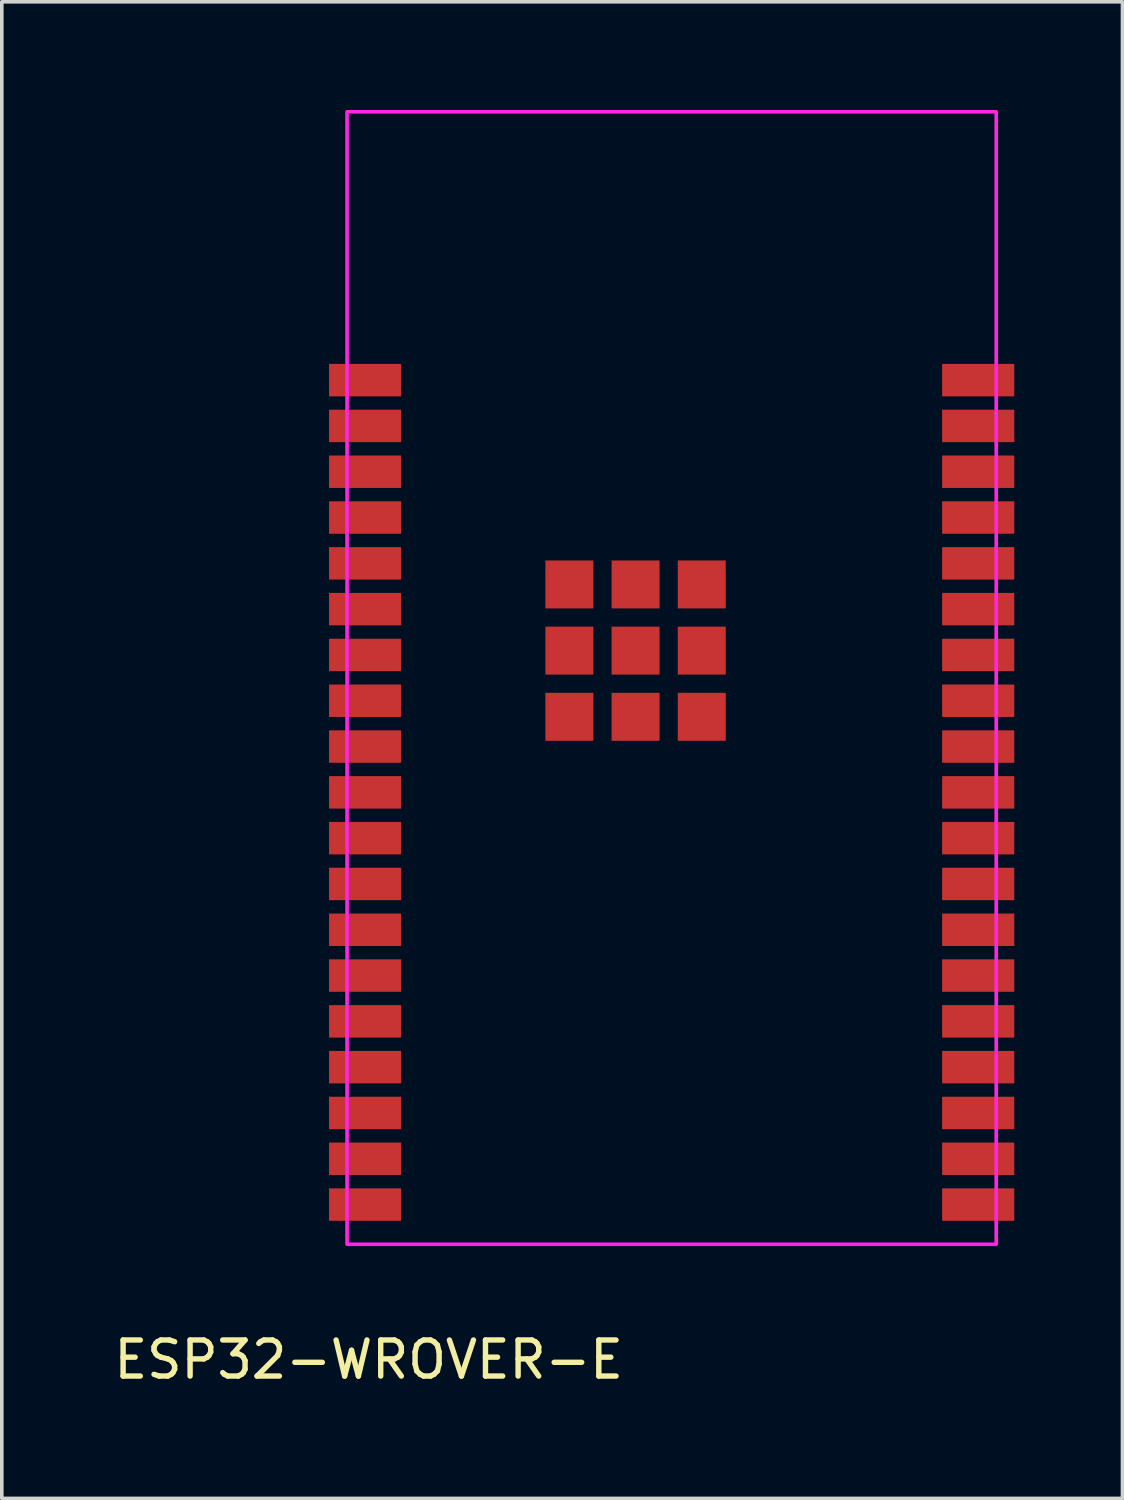
<source format=kicad_pcb>
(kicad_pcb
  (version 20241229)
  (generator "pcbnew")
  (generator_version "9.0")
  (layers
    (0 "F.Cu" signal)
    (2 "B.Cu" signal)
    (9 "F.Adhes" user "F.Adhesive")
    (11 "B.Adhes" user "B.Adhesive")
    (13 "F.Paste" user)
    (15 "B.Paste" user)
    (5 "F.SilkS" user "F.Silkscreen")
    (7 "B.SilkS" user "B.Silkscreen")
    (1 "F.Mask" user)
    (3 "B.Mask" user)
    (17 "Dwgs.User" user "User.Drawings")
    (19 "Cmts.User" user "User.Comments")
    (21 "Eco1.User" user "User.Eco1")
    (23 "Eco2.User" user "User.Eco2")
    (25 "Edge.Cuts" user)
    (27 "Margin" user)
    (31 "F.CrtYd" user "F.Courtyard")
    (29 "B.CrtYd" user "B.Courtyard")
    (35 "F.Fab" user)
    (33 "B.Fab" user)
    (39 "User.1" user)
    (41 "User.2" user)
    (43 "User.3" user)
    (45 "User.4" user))
  (footprint "ESP32-WROVER-E"
    (layer "F.Cu")
    (at 6.573 31.45)
    (property "Reference" "ESP32-WROVER-E" (at 0.6 3.2 0) (layer "F.SilkS") (effects (font (size 1 1) (thickness 0.15))))
    (attr through_hole)
    (fp_poly (pts (xy 18 0) (xy 0 0) (xy 0 -31.4) (xy 18 -31.4)) (stroke (width 0.1) (type solid)) (fill no) (layer "F.CrtYd"))
    (pad "1" smd rect (at 0.5 -23.96) (size 2 0.9) (layers "F.Cu" "F.Mask" "F.Paste"))
    (pad "2" smd rect (at 0.5 -22.69) (size 2 0.9) (layers "F.Cu" "F.Mask" "F.Paste"))
    (pad "3" smd rect (at 0.5 -21.42) (size 2 0.9) (layers "F.Cu" "F.Mask" "F.Paste"))
    (pad "4" smd rect (at 0.5 -20.15) (size 2 0.9) (layers "F.Cu" "F.Mask" "F.Paste"))
    (pad "5" smd rect (at 0.5 -18.88) (size 2 0.9) (layers "F.Cu" "F.Mask" "F.Paste"))
    (pad "6" smd rect (at 0.5 -17.61) (size 2 0.9) (layers "F.Cu" "F.Mask" "F.Paste"))
    (pad "7" smd rect (at 0.5 -16.34) (size 2 0.9) (layers "F.Cu" "F.Mask" "F.Paste"))
    (pad "8" smd rect (at 0.5 -15.07) (size 2 0.9) (layers "F.Cu" "F.Mask" "F.Paste"))
    (pad "9" smd rect (at 0.5 -13.8) (size 2 0.9) (layers "F.Cu" "F.Mask" "F.Paste"))
    (pad "10" smd rect (at 0.5 -12.53) (size 2 0.9) (layers "F.Cu" "F.Mask" "F.Paste"))
    (pad "11" smd rect (at 0.5 -11.26) (size 2 0.9) (layers "F.Cu" "F.Mask" "F.Paste"))
    (pad "12" smd rect (at 0.5 -9.99) (size 2 0.9) (layers "F.Cu" "F.Mask" "F.Paste"))
    (pad "13" smd rect (at 0.5 -8.72) (size 2 0.9) (layers "F.Cu" "F.Mask" "F.Paste"))
    (pad "14" smd rect (at 0.5 -7.45) (size 2 0.9) (layers "F.Cu" "F.Mask" "F.Paste"))
    (pad "15" smd rect (at 0.5 -6.18) (size 2 0.9) (layers "F.Cu" "F.Mask" "F.Paste"))
    (pad "16" smd rect (at 0.5 -4.91) (size 2 0.9) (layers "F.Cu" "F.Mask" "F.Paste"))
    (pad "17" smd rect (at 0.5 -3.64) (size 2 0.9) (layers "F.Cu" "F.Mask" "F.Paste"))
    (pad "18" smd rect (at 0.5 -2.37) (size 2 0.9) (layers "F.Cu" "F.Mask" "F.Paste"))
    (pad "19" smd rect (at 0.5 -1.1) (size 2 0.9) (layers "F.Cu" "F.Mask" "F.Paste"))
    (pad "20" smd rect (at 17.5 -1.1) (size 2 0.9) (layers "F.Cu" "F.Mask" "F.Paste"))
    (pad "21" smd rect (at 17.5 -2.37) (size 2 0.9) (layers "F.Cu" "F.Mask" "F.Paste"))
    (pad "22" smd rect (at 17.5 -3.64) (size 2 0.9) (layers "F.Cu" "F.Mask" "F.Paste"))
    (pad "23" smd rect (at 17.5 -4.91) (size 2 0.9) (layers "F.Cu" "F.Mask" "F.Paste"))
    (pad "24" smd rect (at 17.5 -6.18) (size 2 0.9) (layers "F.Cu" "F.Mask" "F.Paste"))
    (pad "25" smd rect (at 17.5 -7.45) (size 2 0.9) (layers "F.Cu" "F.Mask" "F.Paste"))
    (pad "26" smd rect (at 17.5 -8.72) (size 2 0.9) (layers "F.Cu" "F.Mask" "F.Paste"))
    (pad "27" smd rect (at 17.5 -9.99) (size 2 0.9) (layers "F.Cu" "F.Mask" "F.Paste"))
    (pad "28" smd rect (at 17.5 -11.26) (size 2 0.9) (layers "F.Cu" "F.Mask" "F.Paste"))
    (pad "29" smd rect (at 17.5 -12.53) (size 2 0.9) (layers "F.Cu" "F.Mask" "F.Paste"))
    (pad "30" smd rect (at 17.5 -13.8) (size 2 0.9) (layers "F.Cu" "F.Mask" "F.Paste"))
    (pad "31" smd rect (at 17.5 -15.07) (size 2 0.9) (layers "F.Cu" "F.Mask" "F.Paste"))
    (pad "32" smd rect (at 17.5 -16.34) (size 2 0.9) (layers "F.Cu" "F.Mask" "F.Paste"))
    (pad "33" smd rect (at 17.5 -17.61) (size 2 0.9) (layers "F.Cu" "F.Mask" "F.Paste"))
    (pad "34" smd rect (at 17.5 -18.88) (size 2 0.9) (layers "F.Cu" "F.Mask" "F.Paste"))
    (pad "35" smd rect (at 17.5 -20.15) (size 2 0.9) (layers "F.Cu" "F.Mask" "F.Paste"))
    (pad "36" smd rect (at 17.5 -21.42) (size 2 0.9) (layers "F.Cu" "F.Mask" "F.Paste"))
    (pad "37" smd rect (at 17.5 -22.69) (size 2 0.9) (layers "F.Cu" "F.Mask" "F.Paste"))
    (pad "38" smd rect (at 17.5 -23.96) (size 2 0.9) (layers "F.Cu" "F.Mask" "F.Paste"))
    (pad "39" smd rect (at 6.165 -18.295) (size 1.33 1.33) (layers "F.Cu" "F.Mask" "F.Paste"))
    (pad "39" smd rect (at 6.165 -16.46) (size 1.33 1.33) (layers "F.Cu" "F.Mask" "F.Paste"))
    (pad "39" smd rect (at 6.165 -14.625) (size 1.33 1.33) (layers "F.Cu" "F.Mask" "F.Paste"))
    (pad "39" smd rect (at 8 -18.295) (size 1.33 1.33) (layers "F.Cu" "F.Mask" "F.Paste"))
    (pad "39" smd rect (at 8 -16.46) (size 1.33 1.33) (layers "F.Cu" "F.Mask" "F.Paste"))
    (pad "39" smd rect (at 8 -14.625) (size 1.33 1.33) (layers "F.Cu" "F.Mask" "F.Paste"))
    (pad "39" smd rect (at 9.835 -18.295) (size 1.33 1.33) (layers "F.Cu" "F.Mask" "F.Paste"))
    (pad "39" smd rect (at 9.835 -16.46) (size 1.33 1.33) (layers "F.Cu" "F.Mask" "F.Paste"))
    (pad "39" smd rect (at 9.835 -14.625) (size 1.33 1.33) (layers "F.Cu" "F.Mask" "F.Paste")))
  (gr_rect
    (start -3 -3)
    (end 28.073 38.498)
    (stroke (width 0.1) (type default))
    (fill no)
    (layer "Edge.Cuts")))
</source>
